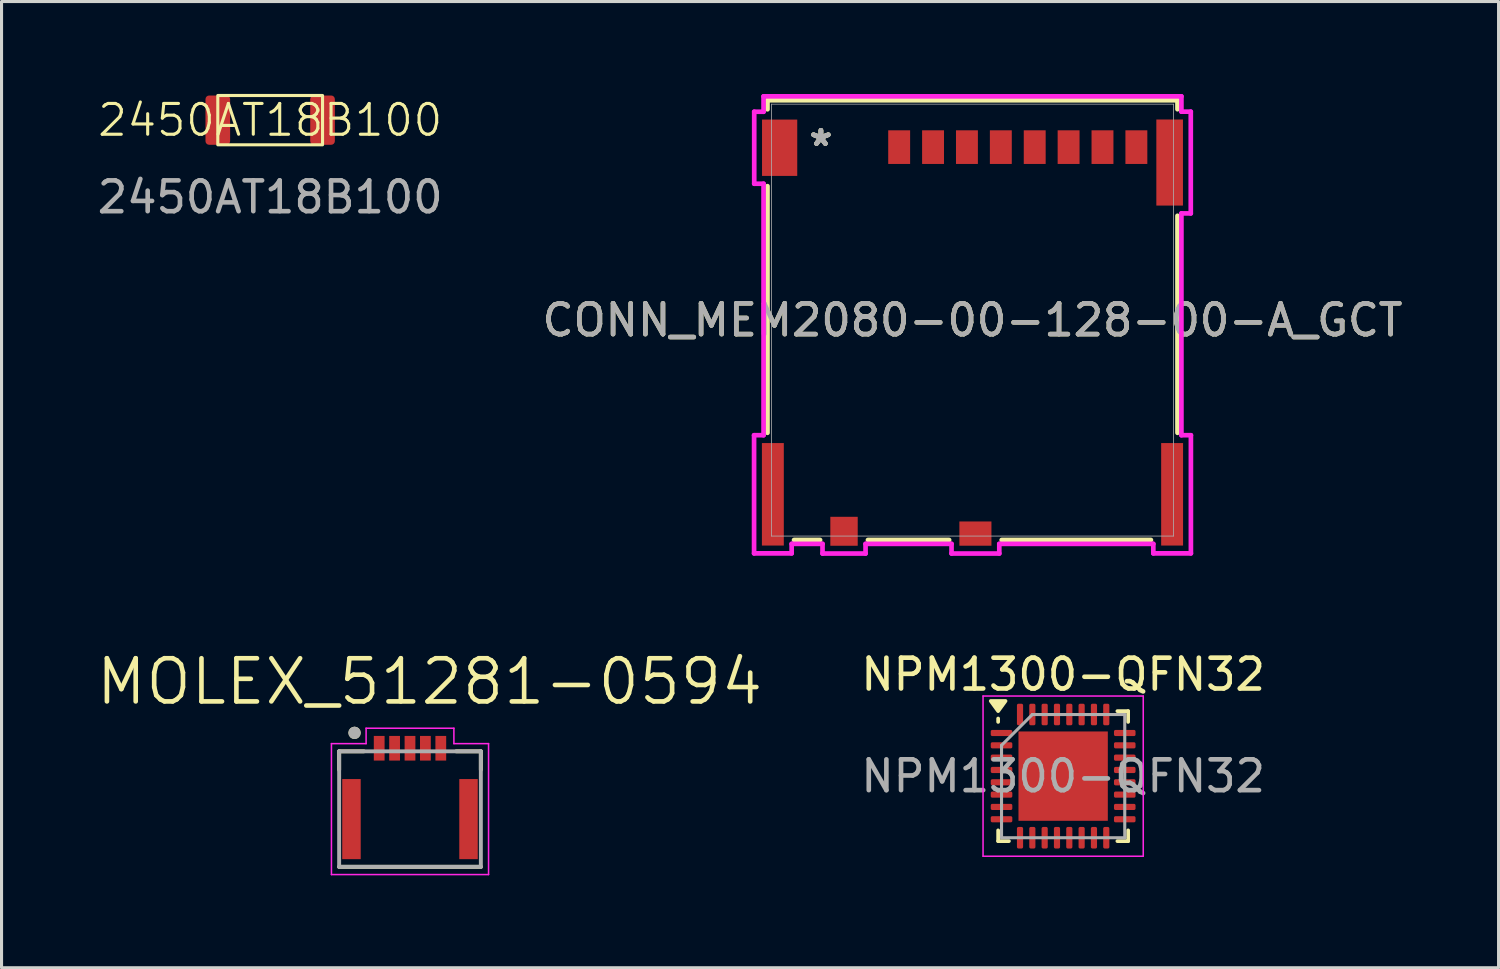
<source format=kicad_pcb>
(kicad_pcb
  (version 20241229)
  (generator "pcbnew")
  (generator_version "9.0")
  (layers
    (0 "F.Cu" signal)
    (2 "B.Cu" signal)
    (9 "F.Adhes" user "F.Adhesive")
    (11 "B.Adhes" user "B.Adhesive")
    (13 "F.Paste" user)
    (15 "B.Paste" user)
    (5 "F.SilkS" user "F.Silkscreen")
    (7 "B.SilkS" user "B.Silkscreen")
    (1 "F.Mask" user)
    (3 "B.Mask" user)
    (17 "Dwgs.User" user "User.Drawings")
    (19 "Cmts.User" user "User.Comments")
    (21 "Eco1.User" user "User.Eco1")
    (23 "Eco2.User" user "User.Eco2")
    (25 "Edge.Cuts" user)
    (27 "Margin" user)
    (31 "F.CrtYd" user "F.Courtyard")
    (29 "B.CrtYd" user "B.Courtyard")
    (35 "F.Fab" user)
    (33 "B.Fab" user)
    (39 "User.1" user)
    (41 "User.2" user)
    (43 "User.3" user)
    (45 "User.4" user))
  (footprint "2450AT18B100"
    (layer "F.Cu")
    (at 5.72 0.85)
    (property "Reference" "2450AT18B100" (at 0 0 0) (unlocked yes) (layer "F.SilkS") (effects (font (size 1 1) (thickness 0.1))))
    (attr smd)
    (fp_rect (start -1.7 -0.8) (end 1.7 0.8) (stroke (width 0.1) (type solid)) (fill no) (layer "F.SilkS"))
    (fp_text user "${REFERENCE}" (at 0 2.5 0) (unlocked yes) (layer "F.Fab") (effects (font (size 1 1) (thickness 0.15))))
    (pad "1" smd roundrect (at -1.7 0 90) (size 1.6 0.8) (layers "F.Cu" "F.Mask" "F.Paste") (roundrect_rratio 0.15))
    (pad "2" smd roundrect (at 1.7 0 90) (size 1.6 0.8) (layers "F.Cu" "F.Mask" "F.Paste") (roundrect_rratio 0.15)))
  (footprint "MOLEX_51281-0594"
    (layer "F.Cu")
    (at 10.259 21.239)
    (property "Reference" "MOLEX_51281-0594" (at 0.636 -2.161 0) (layer "F.SilkS") (effects (font (size 1.401 1.401) (thickness 0.15))))
    (attr smd)
    (fp_line (start -2.3 0.1) (end -2.3 0.7) (stroke (width 0.127) (type solid)) (layer "F.SilkS"))
    (fp_line (start -2.3 3.85) (end 2.3 3.85) (stroke (width 0.127) (type solid)) (layer "F.SilkS"))
    (fp_line (start -1.5 0.1) (end -2.3 0.1) (stroke (width 0.127) (type solid)) (layer "F.SilkS"))
    (fp_line (start 1.5 0.1) (end 2.3 0.1) (stroke (width 0.127) (type solid)) (layer "F.SilkS"))
    (fp_line (start 2.3 0.1) (end 2.3 0.7) (stroke (width 0.127) (type solid)) (layer "F.SilkS"))
    (fp_circle (center -1.8 -0.5) (end -1.7 -0.5) (stroke (width 0.2) (type solid)) (fill no) (layer "F.SilkS"))
    (fp_line (start -2.55 -0.15) (end -1.425 -0.15) (stroke (width 0.05) (type solid)) (layer "F.CrtYd"))
    (fp_line (start -2.55 4.1) (end -2.55 -0.15) (stroke (width 0.05) (type solid)) (layer "F.CrtYd"))
    (fp_line (start -1.425 -0.65) (end 1.425 -0.65) (stroke (width 0.05) (type solid)) (layer "F.CrtYd"))
    (fp_line (start -1.425 -0.15) (end -1.425 -0.65) (stroke (width 0.05) (type solid)) (layer "F.CrtYd"))
    (fp_line (start 1.425 -0.65) (end 1.425 -0.15) (stroke (width 0.05) (type solid)) (layer "F.CrtYd"))
    (fp_line (start 1.425 -0.15) (end 2.55 -0.15) (stroke (width 0.05) (type solid)) (layer "F.CrtYd"))
    (fp_line (start 2.55 -0.15) (end 2.55 4.1) (stroke (width 0.05) (type solid)) (layer "F.CrtYd"))
    (fp_line (start 2.55 4.1) (end -2.55 4.1) (stroke (width 0.05) (type solid)) (layer "F.CrtYd"))
    (fp_line (start -2.3 0.1) (end 2.3 0.1) (stroke (width 0.127) (type solid)) (layer "F.Fab"))
    (fp_line (start -2.3 3.85) (end -2.3 0.1) (stroke (width 0.127) (type solid)) (layer "F.Fab"))
    (fp_line (start 2.3 0.1) (end 2.3 3.85) (stroke (width 0.127) (type solid)) (layer "F.Fab"))
    (fp_line (start 2.3 3.85) (end -2.3 3.85) (stroke (width 0.127) (type solid)) (layer "F.Fab"))
    (fp_circle (center -1.8 -0.5) (end -1.7 -0.5) (stroke (width 0.2) (type solid)) (fill no) (layer "F.Fab"))
    (pad "1" smd rect (at -1 0) (size 0.35 0.8) (layers "F.Cu" "F.Mask" "F.Paste"))
    (pad "2" smd rect (at -0.5 0) (size 0.35 0.8) (layers "F.Cu" "F.Mask" "F.Paste"))
    (pad "3" smd rect (at 0 0) (size 0.35 0.8) (layers "F.Cu" "F.Mask" "F.Paste"))
    (pad "4" smd rect (at 0.5 0) (size 0.35 0.8) (layers "F.Cu" "F.Mask" "F.Paste"))
    (pad "5" smd rect (at 1 0) (size 0.35 0.8) (layers "F.Cu" "F.Mask" "F.Paste"))
    (pad "SH1" smd rect (at -1.9 2.3) (size 0.6 2.6) (layers "F.Cu" "F.Mask" "F.Paste"))
    (pad "SH2" smd rect (at 1.9 2.3) (size 0.6 2.6) (layers "F.Cu" "F.Mask" "F.Paste")))
  (footprint "NPM1300-QFN32"
    (layer "F.Cu")
    (at 31.461 22.144)
    (property "Reference" "NPM1300-QFN32" (at 0 -3.3 0) (layer "F.SilkS") (effects (font (size 1 1) (thickness 0.15))))
    (attr smd)
    (fp_line (start -2.11 -1.76) (end -2.11 -1.87) (stroke (width 0.12) (type solid)) (layer "F.SilkS"))
    (fp_line (start -2.11 2.11) (end -2.11 1.76) (stroke (width 0.12) (type solid)) (layer "F.SilkS"))
    (fp_line (start -1.76 2.11) (end -2.11 2.11) (stroke (width 0.12) (type solid)) (layer "F.SilkS"))
    (fp_line (start 1.76 -2.11) (end 2.11 -2.11) (stroke (width 0.12) (type solid)) (layer "F.SilkS"))
    (fp_line (start 1.76 2.11) (end 2.11 2.11) (stroke (width 0.12) (type solid)) (layer "F.SilkS"))
    (fp_line (start 2.11 -2.11) (end 2.11 -1.76) (stroke (width 0.12) (type solid)) (layer "F.SilkS"))
    (fp_line (start 2.11 2.11) (end 2.11 1.76) (stroke (width 0.12) (type solid)) (layer "F.SilkS"))
    (fp_poly (pts (xy -2.11 -2.11) (xy -2.35 -2.44) (xy -1.87 -2.44) (xy -2.11 -2.11)) (stroke (width 0.12) (type solid)) (fill yes) (layer "F.SilkS"))
    (fp_line (start -2.6 -2.6) (end -2.6 2.6) (stroke (width 0.05) (type solid)) (layer "F.CrtYd"))
    (fp_line (start -2.6 2.6) (end 2.6 2.6) (stroke (width 0.05) (type solid)) (layer "F.CrtYd"))
    (fp_line (start 2.6 -2.6) (end -2.6 -2.6) (stroke (width 0.05) (type solid)) (layer "F.CrtYd"))
    (fp_line (start 2.6 2.6) (end 2.6 -2.6) (stroke (width 0.05) (type solid)) (layer "F.CrtYd"))
    (fp_line (start -2 -1) (end -1 -2) (stroke (width 0.1) (type solid)) (layer "F.Fab"))
    (fp_line (start -2 2) (end -2 -1) (stroke (width 0.1) (type solid)) (layer "F.Fab"))
    (fp_line (start -1 -2) (end 2 -2) (stroke (width 0.1) (type solid)) (layer "F.Fab"))
    (fp_line (start 2 -2) (end 2 2) (stroke (width 0.1) (type solid)) (layer "F.Fab"))
    (fp_line (start 2 2) (end -2 2) (stroke (width 0.1) (type solid)) (layer "F.Fab"))
    (fp_text user "${REFERENCE}" (at 0 0 0) (layer "F.Fab") (effects (font (size 1 1) (thickness 0.15))))
    (pad "" smd roundrect (at -0.725 -0.725) (size 1.17 1.17) (layers "F.Paste") (roundrect_rratio 0.214))
    (pad "" smd roundrect (at -0.725 0.725) (size 1.17 1.17) (layers "F.Paste") (roundrect_rratio 0.214))
    (pad "" smd roundrect (at 0.725 -0.725) (size 1.17 1.17) (layers "F.Paste") (roundrect_rratio 0.214))
    (pad "" smd roundrect (at 0.725 0.725) (size 1.17 1.17) (layers "F.Paste") (roundrect_rratio 0.214))
    (pad "1" smd roundrect (at -2 -1.4) (size 0.7 0.2) (layers "F.Cu" "F.Mask" "F.Paste") (roundrect_rratio 0.25))
    (pad "2" smd roundrect (at -2 -1) (size 0.7 0.2) (layers "F.Cu" "F.Mask" "F.Paste") (roundrect_rratio 0.25))
    (pad "3" smd roundrect (at -2 -0.6) (size 0.7 0.2) (layers "F.Cu" "F.Mask" "F.Paste") (roundrect_rratio 0.25))
    (pad "4" smd roundrect (at -2 -0.2) (size 0.7 0.2) (layers "F.Cu" "F.Mask" "F.Paste") (roundrect_rratio 0.25))
    (pad "5" smd roundrect (at -2 0.2) (size 0.7 0.2) (layers "F.Cu" "F.Mask" "F.Paste") (roundrect_rratio 0.25))
    (pad "6" smd roundrect (at -2 0.6) (size 0.7 0.2) (layers "F.Cu" "F.Mask" "F.Paste") (roundrect_rratio 0.25))
    (pad "7" smd roundrect (at -2 1) (size 0.7 0.2) (layers "F.Cu" "F.Mask" "F.Paste") (roundrect_rratio 0.25))
    (pad "8" smd roundrect (at -2 1.4) (size 0.7 0.2) (layers "F.Cu" "F.Mask" "F.Paste") (roundrect_rratio 0.25))
    (pad "9" smd roundrect (at -1.4 2) (size 0.2 0.7) (layers "F.Cu" "F.Mask" "F.Paste") (roundrect_rratio 0.25))
    (pad "10" smd roundrect (at -1 2) (size 0.2 0.7) (layers "F.Cu" "F.Mask" "F.Paste") (roundrect_rratio 0.25))
    (pad "11" smd roundrect (at -0.6 2) (size 0.2 0.7) (layers "F.Cu" "F.Mask" "F.Paste") (roundrect_rratio 0.25))
    (pad "12" smd roundrect (at -0.2 2) (size 0.2 0.7) (layers "F.Cu" "F.Mask" "F.Paste") (roundrect_rratio 0.25))
    (pad "13" smd roundrect (at 0.2 2) (size 0.2 0.7) (layers "F.Cu" "F.Mask" "F.Paste") (roundrect_rratio 0.25))
    (pad "14" smd roundrect (at 0.6 2) (size 0.2 0.7) (layers "F.Cu" "F.Mask" "F.Paste") (roundrect_rratio 0.25))
    (pad "15" smd roundrect (at 1 2) (size 0.2 0.7) (layers "F.Cu" "F.Mask" "F.Paste") (roundrect_rratio 0.25))
    (pad "16" smd roundrect (at 1.4 2) (size 0.2 0.7) (layers "F.Cu" "F.Mask" "F.Paste") (roundrect_rratio 0.25))
    (pad "17" smd roundrect (at 2 1.4) (size 0.7 0.2) (layers "F.Cu" "F.Mask" "F.Paste") (roundrect_rratio 0.25))
    (pad "18" smd roundrect (at 2 1) (size 0.7 0.2) (layers "F.Cu" "F.Mask" "F.Paste") (roundrect_rratio 0.25))
    (pad "19" smd roundrect (at 2 0.6) (size 0.7 0.2) (layers "F.Cu" "F.Mask" "F.Paste") (roundrect_rratio 0.25))
    (pad "20" smd roundrect (at 2 0.2) (size 0.7 0.2) (layers "F.Cu" "F.Mask" "F.Paste") (roundrect_rratio 0.25))
    (pad "21" smd roundrect (at 2 -0.2) (size 0.7 0.2) (layers "F.Cu" "F.Mask" "F.Paste") (roundrect_rratio 0.25))
    (pad "22" smd roundrect (at 2 -0.6) (size 0.7 0.2) (layers "F.Cu" "F.Mask" "F.Paste") (roundrect_rratio 0.25))
    (pad "23" smd roundrect (at 2 -1) (size 0.7 0.2) (layers "F.Cu" "F.Mask" "F.Paste") (roundrect_rratio 0.25))
    (pad "24" smd roundrect (at 2 -1.4) (size 0.7 0.2) (layers "F.Cu" "F.Mask" "F.Paste") (roundrect_rratio 0.25))
    (pad "25" smd roundrect (at 1.4 -2) (size 0.2 0.7) (layers "F.Cu" "F.Mask" "F.Paste") (roundrect_rratio 0.25))
    (pad "26" smd roundrect (at 1 -2) (size 0.2 0.7) (layers "F.Cu" "F.Mask" "F.Paste") (roundrect_rratio 0.25))
    (pad "27" smd roundrect (at 0.6 -2) (size 0.2 0.7) (layers "F.Cu" "F.Mask" "F.Paste") (roundrect_rratio 0.25))
    (pad "28" smd roundrect (at 0.2 -2) (size 0.2 0.7) (layers "F.Cu" "F.Mask" "F.Paste") (roundrect_rratio 0.25))
    (pad "29" smd roundrect (at -0.2 -2) (size 0.2 0.7) (layers "F.Cu" "F.Mask" "F.Paste") (roundrect_rratio 0.25))
    (pad "30" smd roundrect (at -0.6 -2) (size 0.2 0.7) (layers "F.Cu" "F.Mask" "F.Paste") (roundrect_rratio 0.25))
    (pad "31" smd roundrect (at -1 -2) (size 0.2 0.7) (layers "F.Cu" "F.Mask" "F.Paste") (roundrect_rratio 0.25))
    (pad "32" smd roundrect (at -1.4 -2) (size 0.2 0.7) (layers "F.Cu" "F.Mask" "F.Paste") (roundrect_rratio 0.25))
    (pad "33" smd rect (at 0 0) (size 2.9 2.9) (property pad_prop_heatsink) (layers "F.Cu" "F.Mask")))
  (footprint "CONN_MEM2080-00-128-00-A_GCT"
    (layer "F.Cu")
    (at 28.518 7.341)
    (property "Reference" "CONN_MEM2080-00-128-00-A_GCT" (at 0 0 0) (unlocked yes) (layer "F.SilkS") (effects (font (size 1 1) (thickness 0.15))))
    (attr smd)
    (fp_line (start -6.655 -7.137) (end 6.655 -7.137) (stroke (width 0.152) (type solid)) (layer "F.SilkS"))
    (fp_line (start -6.655 -6.843) (end -6.655 -7.137) (stroke (width 0.152) (type solid)) (layer "F.SilkS"))
    (fp_line (start -6.655 3.658) (end -6.655 -4.348) (stroke (width 0.152) (type solid)) (layer "F.SilkS"))
    (fp_line (start -4.947 7.137) (end -5.792 7.137) (stroke (width 0.152) (type solid)) (layer "F.SilkS"))
    (fp_line (start -0.758 7.137) (end -3.393 7.137) (stroke (width 0.152) (type solid)) (layer "F.SilkS"))
    (fp_line (start 5.792 7.137) (end 0.948 7.137) (stroke (width 0.152) (type solid)) (layer "F.SilkS"))
    (fp_line (start 6.655 -7.137) (end 6.655 -6.845) (stroke (width 0.152) (type solid)) (layer "F.SilkS"))
    (fp_line (start 6.655 -3.386) (end 6.655 3.658) (stroke (width 0.152) (type solid)) (layer "F.SilkS"))
    (fp_line (start -7.09 3.737) (end -7.09 7.572) (stroke (width 0.152) (type solid)) (layer "F.CrtYd"))
    (fp_line (start -7.09 7.572) (end -5.87 7.572) (stroke (width 0.152) (type solid)) (layer "F.CrtYd"))
    (fp_line (start -7.085 -6.764) (end -7.085 -4.427) (stroke (width 0.152) (type solid)) (layer "F.CrtYd"))
    (fp_line (start -7.085 -4.427) (end -6.782 -4.427) (stroke (width 0.152) (type solid)) (layer "F.CrtYd"))
    (fp_line (start -6.782 -7.264) (end -6.782 -6.764) (stroke (width 0.152) (type solid)) (layer "F.CrtYd"))
    (fp_line (start -6.782 -6.764) (end -7.085 -6.764) (stroke (width 0.152) (type solid)) (layer "F.CrtYd"))
    (fp_line (start -6.782 -4.427) (end -6.782 3.737) (stroke (width 0.152) (type solid)) (layer "F.CrtYd"))
    (fp_line (start -6.782 3.737) (end -7.09 3.737) (stroke (width 0.152) (type solid)) (layer "F.CrtYd"))
    (fp_line (start -5.87 7.264) (end -4.868 7.264) (stroke (width 0.152) (type solid)) (layer "F.CrtYd"))
    (fp_line (start -5.87 7.572) (end -5.87 7.264) (stroke (width 0.152) (type solid)) (layer "F.CrtYd"))
    (fp_line (start -4.868 7.264) (end -4.868 7.578) (stroke (width 0.152) (type solid)) (layer "F.CrtYd"))
    (fp_line (start -4.868 7.578) (end -3.471 7.578) (stroke (width 0.152) (type solid)) (layer "F.CrtYd"))
    (fp_line (start -3.471 7.264) (end -0.68 7.264) (stroke (width 0.152) (type solid)) (layer "F.CrtYd"))
    (fp_line (start -3.471 7.578) (end -3.471 7.264) (stroke (width 0.152) (type solid)) (layer "F.CrtYd"))
    (fp_line (start -0.68 7.264) (end -0.68 7.577) (stroke (width 0.152) (type solid)) (layer "F.CrtYd"))
    (fp_line (start -0.68 7.577) (end 0.87 7.577) (stroke (width 0.152) (type solid)) (layer "F.CrtYd"))
    (fp_line (start 0.87 7.264) (end 5.87 7.264) (stroke (width 0.152) (type solid)) (layer "F.CrtYd"))
    (fp_line (start 0.87 7.577) (end 0.87 7.264) (stroke (width 0.152) (type solid)) (layer "F.CrtYd"))
    (fp_line (start 5.87 7.264) (end 5.87 7.572) (stroke (width 0.152) (type solid)) (layer "F.CrtYd"))
    (fp_line (start 5.87 7.572) (end 7.09 7.572) (stroke (width 0.152) (type solid)) (layer "F.CrtYd"))
    (fp_line (start 6.782 -7.264) (end -6.782 -7.264) (stroke (width 0.152) (type solid)) (layer "F.CrtYd"))
    (fp_line (start 6.782 -6.766) (end 6.782 -7.264) (stroke (width 0.152) (type solid)) (layer "F.CrtYd"))
    (fp_line (start 6.782 -3.464) (end 7.086 -3.464) (stroke (width 0.152) (type solid)) (layer "F.CrtYd"))
    (fp_line (start 6.782 3.737) (end 6.782 -3.464) (stroke (width 0.152) (type solid)) (layer "F.CrtYd"))
    (fp_line (start 7.086 -6.766) (end 6.782 -6.766) (stroke (width 0.152) (type solid)) (layer "F.CrtYd"))
    (fp_line (start 7.086 -3.464) (end 7.086 -6.766) (stroke (width 0.152) (type solid)) (layer "F.CrtYd"))
    (fp_line (start 7.09 3.737) (end 6.782 3.737) (stroke (width 0.152) (type solid)) (layer "F.CrtYd"))
    (fp_line (start 7.09 7.572) (end 7.09 3.737) (stroke (width 0.152) (type solid)) (layer "F.CrtYd"))
    (fp_line (start -6.528 -7.01) (end -6.528 7.01) (stroke (width 0.025) (type solid)) (layer "F.Fab"))
    (fp_line (start -6.528 7.01) (end 6.528 7.01) (stroke (width 0.025) (type solid)) (layer "F.Fab"))
    (fp_line (start 6.528 -7.01) (end -6.528 -7.01) (stroke (width 0.025) (type solid)) (layer "F.Fab"))
    (fp_line (start 6.528 7.01) (end 6.528 -7.01) (stroke (width 0.025) (type solid)) (layer "F.Fab"))
    (fp_text user "*" (at -4.92 -5.615 0) (unlocked yes) (layer "F.SilkS") (effects (font (size 1 1) (thickness 0.15))))
    (fp_text user "*" (at -4.92 -5.615 0) (layer "F.SilkS") (effects (font (size 1 1) (thickness 0.15))))
    (fp_text user "*" (at -4.92 -5.615 0) (layer "F.Fab") (effects (font (size 1 1) (thickness 0.15))))
    (fp_text user "${REFERENCE}" (at 0 0 0) (unlocked yes) (layer "F.Fab") (effects (font (size 1 1) (thickness 0.15))))
    (fp_text user "*" (at -4.92 -5.615 0) (unlocked yes) (layer "F.Fab") (effects (font (size 1 1) (thickness 0.15))))
    (pad "DSW1" smd rect (at -4.17 6.855) (size 0.889 0.94) (layers "F.Cu" "F.Mask" "F.Paste"))
    (pad "DSW2" smd rect (at 0.095 6.93) (size 1.041 0.787) (layers "F.Cu" "F.Mask" "F.Paste"))
    (pad "MNT1" smd rect (at -6.26 -5.595) (size 1.143 1.829) (layers "F.Cu" "F.Mask" "F.Paste"))
    (pad "MNT2" smd rect (at 6.4 -5.115) (size 0.864 2.794) (layers "F.Cu" "F.Mask" "F.Paste"))
    (pad "MNT3" smd rect (at -6.48 5.655) (size 0.711 3.327) (layers "F.Cu" "F.Mask" "F.Paste"))
    (pad "MNT4" smd rect (at 6.48 5.655) (size 0.711 3.327) (layers "F.Cu" "F.Mask" "F.Paste"))
    (pad "P1" smd rect (at -2.38 -5.615) (size 0.711 1.092) (layers "F.Cu" "F.Mask" "F.Paste"))
    (pad "P2" smd rect (at -1.28 -5.615) (size 0.711 1.092) (layers "F.Cu" "F.Mask" "F.Paste"))
    (pad "P3" smd rect (at -0.18 -5.615) (size 0.711 1.092) (layers "F.Cu" "F.Mask" "F.Paste"))
    (pad "P4" smd rect (at 0.92 -5.615) (size 0.711 1.092) (layers "F.Cu" "F.Mask" "F.Paste"))
    (pad "P5" smd rect (at 2.02 -5.615) (size 0.711 1.092) (layers "F.Cu" "F.Mask" "F.Paste"))
    (pad "P6" smd rect (at 3.12 -5.615) (size 0.711 1.092) (layers "F.Cu" "F.Mask" "F.Paste"))
    (pad "P7" smd rect (at 4.22 -5.615) (size 0.711 1.092) (layers "F.Cu" "F.Mask" "F.Paste"))
    (pad "P8" smd rect (at 5.32 -5.615) (size 0.711 1.092) (layers "F.Cu" "F.Mask" "F.Paste")))
  (gr_rect
    (start -3 -3)
    (end 45.595 28.364)
    (stroke (width 0.1) (type default))
    (fill no)
    (layer "Edge.Cuts")))
</source>
